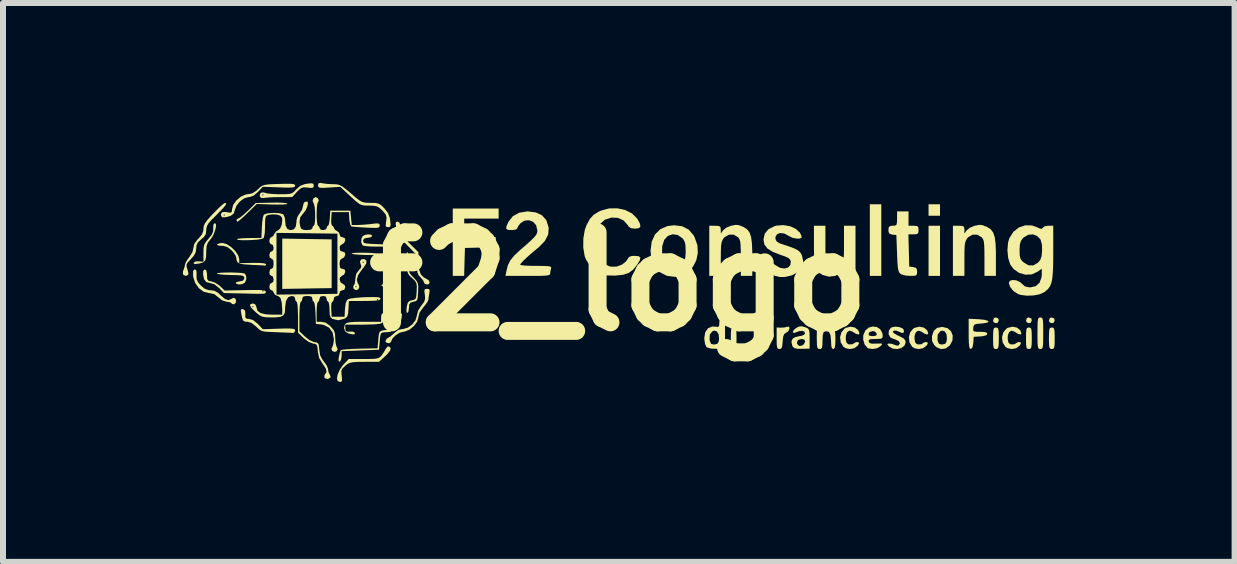
<source format=kicad_pcb>
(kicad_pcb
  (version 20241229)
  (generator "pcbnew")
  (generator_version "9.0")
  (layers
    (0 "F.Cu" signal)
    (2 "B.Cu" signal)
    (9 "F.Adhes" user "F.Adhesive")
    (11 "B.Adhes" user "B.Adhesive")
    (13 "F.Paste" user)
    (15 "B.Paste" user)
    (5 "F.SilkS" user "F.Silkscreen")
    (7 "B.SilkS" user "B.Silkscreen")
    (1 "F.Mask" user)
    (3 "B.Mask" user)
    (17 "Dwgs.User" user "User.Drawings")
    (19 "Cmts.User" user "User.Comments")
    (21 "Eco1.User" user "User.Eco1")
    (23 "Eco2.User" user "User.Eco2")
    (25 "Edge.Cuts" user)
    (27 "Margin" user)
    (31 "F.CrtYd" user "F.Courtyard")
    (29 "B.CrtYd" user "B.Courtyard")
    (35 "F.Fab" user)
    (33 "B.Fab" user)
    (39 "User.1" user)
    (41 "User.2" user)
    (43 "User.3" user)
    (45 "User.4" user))
  (footprint "f2_logo"
    (layer "F.Cu")
    (at 7.271 1.646)
    (property "Reference" "f2_logo" (at 0 0 0) (layer "F.SilkS") (effects (font (size 1.5 1.5) (thickness 0.3))))
    (attr board_only exclude_from_pos_files exclude_from_bom)
    (fp_poly (pts (xy -5.203 -0.711) (xy -4.791 -0.705) (xy -4.791 -0.299) (xy -4.791 0.108) (xy -5.203 0.114) (xy -5.615 0.121) (xy -5.615 -0.299) (xy -5.615 -0.718)) (stroke (width 0) (type solid)) (fill yes) (layer "F.SilkS"))
    (fp_poly (pts (xy 1.952 0.614) (xy 1.959 0.645) (xy 1.942 0.685) (xy 1.912 0.693) (xy 1.872 0.676) (xy 1.864 0.645) (xy 1.881 0.605) (xy 1.912 0.597)) (stroke (width 0) (type solid)) (fill yes) (layer "F.SilkS"))
    (fp_poly (pts (xy 4.373 -0.693) (xy 4.373 -0.096) (xy 4.277 -0.096) (xy 4.182 -0.096) (xy 4.182 -0.693) (xy 4.182 -1.29) (xy 4.277 -1.29) (xy 4.373 -1.29)) (stroke (width 0) (type solid)) (fill yes) (layer "F.SilkS"))
    (fp_poly (pts (xy 5.352 -1.195) (xy 5.352 -1.099) (xy 5.257 -1.099) (xy 5.161 -1.099) (xy 5.161 -1.195) (xy 5.161 -1.29) (xy 5.257 -1.29) (xy 5.352 -1.29)) (stroke (width 0) (type solid)) (fill yes) (layer "F.SilkS"))
    (fp_poly (pts (xy 5.352 -0.514) (xy 5.352 -0.096) (xy 5.257 -0.096) (xy 5.161 -0.096) (xy 5.161 -0.514) (xy 5.161 -0.932) (xy 5.257 -0.932) (xy 5.352 -0.932)) (stroke (width 0) (type solid)) (fill yes) (layer "F.SilkS"))
    (fp_poly (pts (xy 6.324 0.614) (xy 6.332 0.645) (xy 6.315 0.685) (xy 6.284 0.693) (xy 6.244 0.676) (xy 6.237 0.645) (xy 6.253 0.605) (xy 6.284 0.597)) (stroke (width 0) (type solid)) (fill yes) (layer "F.SilkS"))
    (fp_poly (pts (xy 6.874 0.614) (xy 6.882 0.645) (xy 6.865 0.685) (xy 6.834 0.693) (xy 6.794 0.676) (xy 6.786 0.645) (xy 6.803 0.605) (xy 6.834 0.597)) (stroke (width 0) (type solid)) (fill yes) (layer "F.SilkS"))
    (fp_poly (pts (xy 7.256 0.614) (xy 7.264 0.645) (xy 7.247 0.685) (xy 7.216 0.693) (xy 7.176 0.676) (xy 7.168 0.645) (xy 7.185 0.605) (xy 7.216 0.597)) (stroke (width 0) (type solid)) (fill yes) (layer "F.SilkS"))
    (fp_poly (pts (xy -2.007 -1.135) (xy -2.007 -1.051) (xy -2.294 -1.051) (xy -2.581 -1.051) (xy -2.581 -0.896) (xy -2.581 -0.741) (xy -2.318 -0.741) (xy -2.055 -0.741) (xy -2.055 -0.658) (xy -2.055 -0.575) (xy -2.312 -0.568) (xy -2.569 -0.562) (xy -2.576 -0.329) (xy -2.582 -0.096) (xy -2.677 -0.096) (xy -2.772 -0.096) (xy -2.772 -0.657) (xy -2.772 -1.219) (xy -2.389 -1.219) (xy -2.007 -1.219)) (stroke (width 0) (type solid)) (fill yes) (layer "F.SilkS"))
    (fp_poly (pts (xy 1.936 0.769) (xy 1.95 0.788) (xy 1.957 0.832) (xy 1.959 0.912) (xy 1.959 0.944) (xy 1.958 1.035) (xy 1.953 1.089) (xy 1.941 1.115) (xy 1.92 1.123) (xy 1.912 1.123) (xy 1.887 1.119) (xy 1.873 1.1) (xy 1.866 1.055) (xy 1.864 0.976) (xy 1.864 0.944) (xy 1.865 0.852) (xy 1.87 0.798) (xy 1.882 0.773) (xy 1.903 0.765) (xy 1.912 0.765)) (stroke (width 0) (type solid)) (fill yes) (layer "F.SilkS"))
    (fp_poly (pts (xy 6.309 0.769) (xy 6.323 0.788) (xy 6.33 0.832) (xy 6.332 0.912) (xy 6.332 0.944) (xy 6.331 1.035) (xy 6.326 1.089) (xy 6.314 1.115) (xy 6.293 1.123) (xy 6.284 1.123) (xy 6.26 1.119) (xy 6.246 1.1) (xy 6.239 1.055) (xy 6.237 0.976) (xy 6.237 0.944) (xy 6.238 0.852) (xy 6.243 0.798) (xy 6.255 0.773) (xy 6.276 0.765) (xy 6.284 0.765)) (stroke (width 0) (type solid)) (fill yes) (layer "F.SilkS"))
    (fp_poly (pts (xy 6.858 0.769) (xy 6.873 0.788) (xy 6.88 0.832) (xy 6.882 0.912) (xy 6.882 0.944) (xy 6.881 1.035) (xy 6.875 1.089) (xy 6.864 1.115) (xy 6.842 1.123) (xy 6.834 1.123) (xy 6.809 1.119) (xy 6.795 1.1) (xy 6.788 1.055) (xy 6.786 0.976) (xy 6.786 0.944) (xy 6.787 0.852) (xy 6.792 0.798) (xy 6.804 0.773) (xy 6.825 0.765) (xy 6.834 0.765)) (stroke (width 0) (type solid)) (fill yes) (layer "F.SilkS"))
    (fp_poly (pts (xy 7.241 0.769) (xy 7.255 0.788) (xy 7.262 0.832) (xy 7.264 0.912) (xy 7.264 0.944) (xy 7.263 1.035) (xy 7.258 1.089) (xy 7.246 1.115) (xy 7.225 1.123) (xy 7.216 1.123) (xy 7.192 1.119) (xy 7.177 1.1) (xy 7.171 1.055) (xy 7.168 0.976) (xy 7.168 0.944) (xy 7.17 0.852) (xy 7.175 0.798) (xy 7.186 0.773) (xy 7.208 0.765) (xy 7.216 0.765)) (stroke (width 0) (type solid)) (fill yes) (layer "F.SilkS"))
    (fp_poly (pts (xy 2.843 0.78) (xy 2.824 0.824) (xy 2.79 0.849) (xy 2.756 0.872) (xy 2.738 0.913) (xy 2.729 0.986) (xy 2.729 0.998) (xy 2.722 1.072) (xy 2.709 1.11) (xy 2.685 1.123) (xy 2.675 1.123) (xy 2.651 1.119) (xy 2.637 1.098) (xy 2.63 1.053) (xy 2.628 0.972) (xy 2.628 0.943) (xy 2.628 0.764) (xy 2.694 0.767) (xy 2.759 0.764) (xy 2.802 0.753) (xy 2.835 0.75)) (stroke (width 0) (type solid)) (fill yes) (layer "F.SilkS"))
    (fp_poly (pts (xy -5.596 -1.314) (xy -5.541 -1.307) (xy -5.527 -1.3) (xy -5.546 -1.291) (xy -5.607 -1.286) (xy -5.705 -1.285) (xy -5.78 -1.286) (xy -6.04 -1.295) (xy -6.197 -1.141) (xy -6.267 -1.075) (xy -6.324 -1.026) (xy -6.36 -1.001) (xy -6.367 -0.999) (xy -6.379 -1.032) (xy -6.356 -1.051) (xy -6.351 -1.051) (xy -6.321 -1.067) (xy -6.268 -1.109) (xy -6.203 -1.168) (xy -6.189 -1.181) (xy -6.057 -1.311) (xy -5.796 -1.317) (xy -5.684 -1.318)) (stroke (width 0) (type solid)) (fill yes) (layer "F.SilkS"))
    (fp_poly (pts (xy 7.046 0.6) (xy 7.06 0.615) (xy 7.068 0.649) (xy 7.072 0.712) (xy 7.073 0.811) (xy 7.073 0.86) (xy 7.072 0.975) (xy 7.07 1.051) (xy 7.063 1.095) (xy 7.052 1.116) (xy 7.034 1.123) (xy 7.025 1.123) (xy 7.004 1.12) (xy 6.99 1.105) (xy 6.982 1.071) (xy 6.978 1.009) (xy 6.977 0.91) (xy 6.977 0.86) (xy 6.978 0.745) (xy 6.98 0.67) (xy 6.987 0.625) (xy 6.998 0.604) (xy 7.016 0.598) (xy 7.025 0.597)) (stroke (width 0) (type solid)) (fill yes) (layer "F.SilkS"))
    (fp_poly (pts (xy -4.138 -0.784) (xy -4.115 -0.768) (xy -4.116 -0.76) (xy -4.144 -0.739) (xy -4.195 -0.73) (xy -4.247 -0.721) (xy -4.265 -0.691) (xy -4.265 -0.681) (xy -4.262 -0.659) (xy -4.245 -0.644) (xy -4.206 -0.636) (xy -4.137 -0.63) (xy -4.032 -0.626) (xy -3.933 -0.622) (xy -3.855 -0.615) (xy -3.808 -0.607) (xy -3.799 -0.602) (xy -3.821 -0.593) (xy -3.878 -0.587) (xy -3.959 -0.584) (xy -4.05 -0.584) (xy -4.139 -0.586) (xy -4.215 -0.592) (xy -4.265 -0.6) (xy -4.276 -0.606) (xy -4.299 -0.657) (xy -4.294 -0.72) (xy -4.272 -0.76) (xy -4.234 -0.78) (xy -4.183 -0.788)) (stroke (width 0) (type solid)) (fill yes) (layer "F.SilkS"))
    (fp_poly (pts (xy -6.722 -0.965) (xy -6.719 -0.925) (xy -6.731 -0.866) (xy -6.755 -0.799) (xy -6.787 -0.737) (xy -6.813 -0.704) (xy -6.855 -0.651) (xy -6.876 -0.596) (xy -6.882 -0.518) (xy -6.882 -0.501) (xy -6.885 -0.409) (xy -6.9 -0.353) (xy -6.933 -0.322) (xy -6.991 -0.304) (xy -7.01 -0.301) (xy -7.069 -0.293) (xy -7.092 -0.301) (xy -7.091 -0.315) (xy -7.06 -0.337) (xy -7.005 -0.339) (xy -6.929 -0.331) (xy -6.929 -0.476) (xy -6.927 -0.561) (xy -6.914 -0.619) (xy -6.883 -0.67) (xy -6.844 -0.716) (xy -6.79 -0.783) (xy -6.767 -0.838) (xy -6.766 -0.887) (xy -6.763 -0.948) (xy -6.744 -0.974)) (stroke (width 0) (type solid)) (fill yes) (layer "F.SilkS"))
    (fp_poly (pts (xy -6.379 -0.15) (xy -6.303 -0.146) (xy -6.252 -0.138) (xy -6.24 -0.134) (xy -6.217 -0.095) (xy -6.215 -0.039) (xy -6.235 0.012) (xy -6.241 0.019) (xy -6.286 0.042) (xy -6.342 0.047) (xy -6.385 0.032) (xy -6.391 0.025) (xy -6.38 0.009) (xy -6.335 -0.003) (xy -6.327 -0.004) (xy -6.27 -0.017) (xy -6.249 -0.047) (xy -6.248 -0.06) (xy -6.252 -0.082) (xy -6.269 -0.096) (xy -6.307 -0.105) (xy -6.377 -0.109) (xy -6.475 -0.111) (xy -6.573 -0.114) (xy -6.651 -0.121) (xy -6.699 -0.13) (xy -6.708 -0.135) (xy -6.689 -0.143) (xy -6.635 -0.149) (xy -6.557 -0.152) (xy -6.468 -0.153)) (stroke (width 0) (type solid)) (fill yes) (layer "F.SilkS"))
    (fp_poly (pts (xy 3.935 0.766) (xy 3.989 0.81) (xy 3.993 0.817) (xy 4.009 0.865) (xy 3.992 0.882) (xy 3.946 0.867) (xy 3.891 0.832) (xy 3.842 0.817) (xy 3.803 0.843) (xy 3.782 0.9) (xy 3.78 0.954) (xy 3.791 1.014) (xy 3.818 1.041) (xy 3.844 1.047) (xy 3.895 1.043) (xy 3.919 1.027) (xy 3.954 1.007) (xy 3.976 1.007) (xy 4.002 1.017) (xy 3.997 1.04) (xy 3.978 1.069) (xy 3.923 1.11) (xy 3.849 1.124) (xy 3.776 1.109) (xy 3.741 1.086) (xy 3.696 1.012) (xy 3.686 0.927) (xy 3.708 0.845) (xy 3.76 0.783) (xy 3.782 0.77) (xy 3.86 0.751)) (stroke (width 0) (type solid)) (fill yes) (layer "F.SilkS"))
    (fp_poly (pts (xy 5.082 0.766) (xy 5.136 0.81) (xy 5.14 0.817) (xy 5.156 0.865) (xy 5.139 0.882) (xy 5.093 0.867) (xy 5.038 0.832) (xy 4.989 0.817) (xy 4.95 0.843) (xy 4.928 0.9) (xy 4.927 0.954) (xy 4.938 1.014) (xy 4.965 1.041) (xy 4.991 1.047) (xy 5.042 1.043) (xy 5.066 1.027) (xy 5.101 1.007) (xy 5.123 1.007) (xy 5.149 1.017) (xy 5.144 1.04) (xy 5.125 1.069) (xy 5.07 1.11) (xy 4.996 1.124) (xy 4.923 1.109) (xy 4.888 1.086) (xy 4.843 1.012) (xy 4.833 0.927) (xy 4.855 0.845) (xy 4.907 0.783) (xy 4.929 0.77) (xy 5.007 0.751)) (stroke (width 0) (type solid)) (fill yes) (layer "F.SilkS"))
    (fp_poly (pts (xy 6.635 0.766) (xy 6.689 0.81) (xy 6.693 0.817) (xy 6.709 0.865) (xy 6.692 0.882) (xy 6.646 0.867) (xy 6.591 0.832) (xy 6.542 0.817) (xy 6.503 0.843) (xy 6.482 0.9) (xy 6.48 0.954) (xy 6.492 1.014) (xy 6.519 1.041) (xy 6.544 1.047) (xy 6.595 1.043) (xy 6.619 1.027) (xy 6.654 1.007) (xy 6.676 1.007) (xy 6.702 1.017) (xy 6.697 1.04) (xy 6.678 1.069) (xy 6.623 1.11) (xy 6.549 1.124) (xy 6.477 1.109) (xy 6.441 1.086) (xy 6.396 1.012) (xy 6.386 0.927) (xy 6.408 0.845) (xy 6.46 0.783) (xy 6.482 0.77) (xy 6.561 0.751)) (stroke (width 0) (type solid)) (fill yes) (layer "F.SilkS"))
    (fp_poly (pts (xy 2.405 0.626) (xy 2.5 0.635) (xy 2.559 0.65) (xy 2.578 0.667) (xy 2.556 0.683) (xy 2.49 0.695) (xy 2.457 0.698) (xy 2.383 0.704) (xy 2.344 0.716) (xy 2.327 0.741) (xy 2.322 0.771) (xy 2.32 0.809) (xy 2.334 0.829) (xy 2.375 0.836) (xy 2.436 0.836) (xy 2.512 0.84) (xy 2.55 0.854) (xy 2.557 0.871) (xy 2.538 0.895) (xy 2.48 0.909) (xy 2.443 0.913) (xy 2.33 0.92) (xy 2.322 1.021) (xy 2.31 1.094) (xy 2.286 1.122) (xy 2.281 1.123) (xy 2.265 1.114) (xy 2.254 1.083) (xy 2.249 1.023) (xy 2.246 0.925) (xy 2.246 0.871) (xy 2.246 0.619)) (stroke (width 0) (type solid)) (fill yes) (layer "F.SilkS"))
    (fp_poly (pts (xy 5.476 0.775) (xy 5.535 0.826) (xy 5.564 0.899) (xy 5.559 0.982) (xy 5.518 1.06) (xy 5.45 1.113) (xy 5.372 1.125) (xy 5.296 1.095) (xy 5.256 1.057) (xy 5.219 0.989) (xy 5.219 0.964) (xy 5.309 0.964) (xy 5.315 0.995) (xy 5.336 1.038) (xy 5.38 1.048) (xy 5.395 1.047) (xy 5.44 1.035) (xy 5.46 1.001) (xy 5.467 0.954) (xy 5.461 0.879) (xy 5.432 0.83) (xy 5.387 0.816) (xy 5.356 0.828) (xy 5.314 0.882) (xy 5.309 0.964) (xy 5.219 0.964) (xy 5.218 0.911) (xy 5.218 0.91) (xy 5.247 0.821) (xy 5.303 0.771) (xy 5.389 0.755) (xy 5.391 0.755)) (stroke (width 0) (type solid)) (fill yes) (layer "F.SilkS"))
    (fp_poly (pts (xy 5.99 0.626) (xy 6.085 0.635) (xy 6.143 0.65) (xy 6.162 0.667) (xy 6.14 0.683) (xy 6.074 0.695) (xy 6.041 0.698) (xy 5.967 0.704) (xy 5.928 0.716) (xy 5.911 0.741) (xy 5.906 0.771) (xy 5.905 0.809) (xy 5.919 0.829) (xy 5.96 0.836) (xy 6.02 0.836) (xy 6.096 0.84) (xy 6.134 0.854) (xy 6.141 0.871) (xy 6.123 0.895) (xy 6.065 0.909) (xy 6.027 0.913) (xy 5.914 0.92) (xy 5.907 1.021) (xy 5.894 1.094) (xy 5.87 1.122) (xy 5.865 1.123) (xy 5.849 1.114) (xy 5.839 1.083) (xy 5.833 1.023) (xy 5.83 0.925) (xy 5.83 0.871) (xy 5.83 0.619)) (stroke (width 0) (type solid)) (fill yes) (layer "F.SilkS"))
    (fp_poly (pts (xy -3.925 0.545) (xy -3.919 0.592) (xy -3.926 0.645) (xy -3.945 0.686) (xy -3.947 0.688) (xy -3.988 0.703) (xy -4.074 0.712) (xy -4.208 0.716) (xy -4.27 0.717) (xy -4.564 0.717) (xy -4.564 0.778) (xy -4.558 0.82) (xy -4.531 0.834) (xy -4.488 0.832) (xy -4.429 0.835) (xy -4.403 0.854) (xy -4.407 0.877) (xy -4.444 0.879) (xy -4.516 0.863) (xy -4.567 0.828) (xy -4.586 0.771) (xy -4.569 0.712) (xy -4.563 0.704) (xy -4.538 0.688) (xy -4.49 0.677) (xy -4.41 0.671) (xy -4.292 0.669) (xy -4.25 0.669) (xy -3.967 0.669) (xy -3.967 0.597) (xy -3.96 0.547) (xy -3.943 0.526) (xy -3.943 0.526)) (stroke (width 0) (type solid)) (fill yes) (layer "F.SilkS"))
    (fp_poly (pts (xy -6.542 -0.626) (xy -6.466 -0.576) (xy -6.398 -0.509) (xy -6.349 -0.436) (xy -6.332 -0.376) (xy -6.332 -0.308) (xy -6.112 -0.313) (xy -5.989 -0.312) (xy -5.913 -0.305) (xy -5.883 -0.291) (xy -5.883 -0.29) (xy -5.893 -0.268) (xy -5.906 -0.268) (xy -5.943 -0.271) (xy -6.015 -0.275) (xy -6.108 -0.279) (xy -6.14 -0.281) (xy -6.25 -0.288) (xy -6.32 -0.3) (xy -6.36 -0.323) (xy -6.377 -0.359) (xy -6.38 -0.396) (xy -6.396 -0.441) (xy -6.438 -0.499) (xy -6.459 -0.521) (xy -6.527 -0.575) (xy -6.596 -0.596) (xy -6.627 -0.597) (xy -6.684 -0.603) (xy -6.704 -0.617) (xy -6.702 -0.621) (xy -6.67 -0.638) (xy -6.614 -0.645) (xy -6.612 -0.645)) (stroke (width 0) (type solid)) (fill yes) (layer "F.SilkS"))
    (fp_poly (pts (xy -4.223 -0.482) (xy -4.137 -0.479) (xy -4.066 -0.473) (xy -4.021 -0.466) (xy -4.02 -0.465) (xy -3.999 -0.437) (xy -3.99 -0.388) (xy -3.972 -0.321) (xy -3.914 -0.246) (xy -3.899 -0.231) (xy -3.847 -0.184) (xy -3.808 -0.157) (xy -3.795 -0.155) (xy -3.766 -0.157) (xy -3.725 -0.145) (xy -3.692 -0.13) (xy -3.697 -0.123) (xy -3.745 -0.121) (xy -3.753 -0.121) (xy -3.815 -0.128) (xy -3.87 -0.159) (xy -3.924 -0.209) (xy -3.983 -0.284) (xy -4.016 -0.355) (xy -4.019 -0.37) (xy -4.026 -0.442) (xy -4.24 -0.445) (xy -4.336 -0.449) (xy -4.411 -0.456) (xy -4.455 -0.465) (xy -4.461 -0.469) (xy -4.442 -0.476) (xy -4.388 -0.481) (xy -4.311 -0.482)) (stroke (width 0) (type solid)) (fill yes) (layer "F.SilkS"))
    (fp_poly (pts (xy -3.846 0.057) (xy -3.805 0.077) (xy -3.791 0.108) (xy -3.782 0.176) (xy -3.777 0.284) (xy -3.775 0.399) (xy -3.775 0.522) (xy -3.773 0.605) (xy -3.769 0.656) (xy -3.76 0.682) (xy -3.745 0.69) (xy -3.723 0.689) (xy -3.722 0.689) (xy -3.681 0.67) (xy -3.663 0.622) (xy -3.66 0.603) (xy -3.649 0.55) (xy -3.632 0.526) (xy -3.63 0.526) (xy -3.619 0.546) (xy -3.624 0.603) (xy -3.645 0.685) (xy -3.645 0.687) (xy -3.674 0.711) (xy -3.724 0.715) (xy -3.775 0.702) (xy -3.796 0.685) (xy -3.807 0.65) (xy -3.816 0.576) (xy -3.824 0.475) (xy -3.828 0.369) (xy -3.835 0.084) (xy -3.9 0.084) (xy -3.948 0.076) (xy -3.965 0.06) (xy -3.945 0.045) (xy -3.899 0.045)) (stroke (width 0) (type solid)) (fill yes) (layer "F.SilkS"))
    (fp_poly (pts (xy -3.815 0.812) (xy -3.812 0.814) (xy -3.8 0.828) (xy -3.808 0.836) (xy -3.846 0.841) (xy -3.907 0.844) (xy -3.947 0.849) (xy -3.969 0.865) (xy -3.981 0.905) (xy -3.989 0.978) (xy -3.99 0.992) (xy -4.002 1.135) (xy -4.313 1.147) (xy -4.624 1.159) (xy -4.625 1.241) (xy -4.634 1.299) (xy -4.653 1.332) (xy -4.656 1.333) (xy -4.674 1.328) (xy -4.676 1.288) (xy -4.67 1.251) (xy -4.656 1.188) (xy -4.641 1.146) (xy -4.638 1.142) (xy -4.61 1.135) (xy -4.543 1.128) (xy -4.448 1.122) (xy -4.334 1.118) (xy -4.325 1.118) (xy -4.026 1.111) (xy -4.014 0.969) (xy -4.006 0.889) (xy -3.994 0.845) (xy -3.971 0.823) (xy -3.929 0.811) (xy -3.919 0.809) (xy -3.857 0.803)) (stroke (width 0) (type solid)) (fill yes) (layer "F.SilkS"))
    (fp_poly (pts (xy 3.559 0.764) (xy 3.586 0.785) (xy 3.6 0.819) (xy 3.607 0.88) (xy 3.608 0.957) (xy 3.606 1.047) (xy 3.598 1.099) (xy 3.583 1.121) (xy 3.572 1.123) (xy 3.55 1.111) (xy 3.539 1.069) (xy 3.536 0.995) (xy 3.527 0.894) (xy 3.499 0.836) (xy 3.453 0.821) (xy 3.432 0.827) (xy 3.409 0.848) (xy 3.397 0.896) (xy 3.393 0.981) (xy 3.393 0.982) (xy 3.391 1.061) (xy 3.383 1.104) (xy 3.366 1.121) (xy 3.345 1.123) (xy 3.321 1.119) (xy 3.307 1.1) (xy 3.3 1.056) (xy 3.298 0.977) (xy 3.297 0.942) (xy 3.298 0.851) (xy 3.303 0.797) (xy 3.314 0.772) (xy 3.334 0.766) (xy 3.351 0.767) (xy 3.419 0.765) (xy 3.458 0.756) (xy 3.521 0.752)) (stroke (width 0) (type solid)) (fill yes) (layer "F.SilkS"))
    (fp_poly (pts (xy -7.049 -0.19) (xy -7.043 -0.145) (xy -7.044 -0.11) (xy -7.043 -0.044) (xy -7.02 0.01) (xy -6.974 0.063) (xy -6.909 0.118) (xy -6.846 0.141) (xy -6.81 0.143) (xy -6.742 0.153) (xy -6.683 0.189) (xy -6.643 0.227) (xy -6.57 0.289) (xy -6.512 0.309) (xy -6.463 0.288) (xy -6.456 0.282) (xy -6.421 0.269) (xy -6.392 0.29) (xy -6.384 0.331) (xy -6.388 0.345) (xy -6.417 0.379) (xy -6.452 0.372) (xy -6.463 0.358) (xy -6.496 0.341) (xy -6.544 0.335) (xy -6.617 0.312) (xy -6.679 0.263) (xy -6.745 0.21) (xy -6.818 0.192) (xy -6.833 0.191) (xy -6.924 0.169) (xy -7.004 0.11) (xy -7.066 0.024) (xy -7.099 -0.077) (xy -7.101 -0.096) (xy -7.102 -0.165) (xy -7.091 -0.197) (xy -7.073 -0.203)) (stroke (width 0) (type solid)) (fill yes) (layer "F.SilkS"))
    (fp_poly (pts (xy -3.808 1.111) (xy -3.817 1.151) (xy -3.865 1.21) (xy -3.898 1.242) (xy -4.002 1.336) (xy -4.245 1.337) (xy -4.357 1.338) (xy -4.433 1.343) (xy -4.484 1.353) (xy -4.523 1.37) (xy -4.56 1.398) (xy -4.564 1.402) (xy -4.611 1.447) (xy -4.63 1.488) (xy -4.627 1.547) (xy -4.624 1.569) (xy -4.618 1.636) (xy -4.626 1.667) (xy -4.642 1.673) (xy -4.683 1.662) (xy -4.692 1.656) (xy -4.703 1.614) (xy -4.691 1.548) (xy -4.658 1.472) (xy -4.61 1.4) (xy -4.592 1.38) (xy -4.506 1.29) (xy -4.258 1.29) (xy -4.145 1.289) (xy -4.07 1.286) (xy -4.021 1.277) (xy -3.99 1.262) (xy -3.965 1.238) (xy -3.964 1.237) (xy -3.921 1.177) (xy -3.895 1.129) (xy -3.863 1.084) (xy -3.83 1.081)) (stroke (width 0) (type solid)) (fill yes) (layer "F.SilkS"))
    (fp_poly (pts (xy -3.688 -0.999) (xy -3.659 -0.983) (xy -3.649 -0.942) (xy -3.651 -0.895) (xy -3.652 -0.848) (xy -3.642 -0.808) (xy -3.615 -0.766) (xy -3.565 -0.71) (xy -3.501 -0.646) (xy -3.345 -0.491) (xy -3.345 -0.335) (xy -3.336 -0.21) (xy -3.306 -0.123) (xy -3.252 -0.067) (xy -3.211 -0.047) (xy -3.168 -0.017) (xy -3.156 0.018) (xy -3.176 0.043) (xy -3.202 0.048) (xy -3.241 0.035) (xy -3.25 0.016) (xy -3.266 -0.021) (xy -3.305 -0.068) (xy -3.309 -0.072) (xy -3.343 -0.109) (xy -3.361 -0.153) (xy -3.368 -0.218) (xy -3.369 -0.284) (xy -3.369 -0.441) (xy -3.534 -0.609) (xy -3.612 -0.691) (xy -3.663 -0.752) (xy -3.693 -0.803) (xy -3.709 -0.856) (xy -3.715 -0.892) (xy -3.723 -0.961) (xy -3.719 -0.994) (xy -3.701 -1.001)) (stroke (width 0) (type solid)) (fill yes) (layer "F.SilkS"))
    (fp_poly (pts (xy 4.669 0.756) (xy 4.725 0.778) (xy 4.748 0.804) (xy 4.75 0.846) (xy 4.721 0.857) (xy 4.683 0.841) (xy 4.626 0.817) (xy 4.582 0.816) (xy 4.564 0.837) (xy 4.584 0.86) (xy 4.635 0.891) (xy 4.671 0.908) (xy 4.739 0.942) (xy 4.771 0.975) (xy 4.779 1.014) (xy 4.758 1.069) (xy 4.706 1.107) (xy 4.637 1.124) (xy 4.564 1.117) (xy 4.503 1.083) (xy 4.502 1.081) (xy 4.474 1.05) (xy 4.482 1.036) (xy 4.499 1.032) (xy 4.55 1.037) (xy 4.587 1.051) (xy 4.635 1.066) (xy 4.66 1.063) (xy 4.684 1.03) (xy 4.667 0.994) (xy 4.618 0.968) (xy 4.558 0.947) (xy 4.522 0.927) (xy 4.495 0.878) (xy 4.499 0.817) (xy 4.532 0.77) (xy 4.541 0.764) (xy 4.601 0.75)) (stroke (width 0) (type solid)) (fill yes) (layer "F.SilkS"))
    (fp_poly (pts (xy -6.269 0.459) (xy -6.238 0.478) (xy -6.23 0.525) (xy -6.231 0.545) (xy -6.23 0.597) (xy -6.21 0.618) (xy -6.17 0.621) (xy -6.099 0.642) (xy -6.021 0.706) (xy -6.02 0.707) (xy -5.938 0.793) (xy -5.669 0.784) (xy -5.552 0.781) (xy -5.475 0.782) (xy -5.429 0.787) (xy -5.407 0.797) (xy -5.4 0.813) (xy -5.4 0.818) (xy -5.418 0.852) (xy -5.442 0.855) (xy -5.483 0.852) (xy -5.559 0.849) (xy -5.658 0.845) (xy -5.725 0.842) (xy -5.834 0.838) (xy -5.908 0.833) (xy -5.957 0.822) (xy -5.993 0.802) (xy -6.027 0.771) (xy -6.046 0.752) (xy -6.127 0.688) (xy -6.192 0.669) (xy -6.239 0.666) (xy -6.267 0.648) (xy -6.284 0.604) (xy -6.297 0.541) (xy -6.306 0.482) (xy -6.299 0.459) (xy -6.272 0.458)) (stroke (width 0) (type solid)) (fill yes) (layer "F.SilkS"))
    (fp_poly (pts (xy -4.243 -0.374) (xy -4.211 -0.348) (xy -4.214 -0.305) (xy -4.254 -0.241) (xy -4.289 -0.198) (xy -4.35 -0.109) (xy -4.372 -0.03) (xy -4.354 0.031) (xy -4.346 0.041) (xy -4.33 0.083) (xy -4.344 0.125) (xy -4.381 0.143) (xy -4.419 0.124) (xy -4.429 0.108) (xy -4.429 0.084) (xy -4.397 0.084) (xy -4.385 0.096) (xy -4.373 0.084) (xy -4.385 0.072) (xy -4.397 0.084) (xy -4.429 0.084) (xy -4.429 0.07) (xy -4.419 0.059) (xy -4.405 0.028) (xy -4.397 -0.031) (xy -4.397 -0.045) (xy -4.382 -0.131) (xy -4.338 -0.19) (xy -4.301 -0.233) (xy -4.297 -0.267) (xy -4.308 -0.289) (xy -4.316 -0.323) (xy -4.277 -0.323) (xy -4.265 -0.311) (xy -4.253 -0.323) (xy -4.265 -0.335) (xy -4.277 -0.323) (xy -4.316 -0.323) (xy -4.319 -0.338) (xy -4.296 -0.372) (xy -4.25 -0.377)) (stroke (width 0) (type solid)) (fill yes) (layer "F.SilkS"))
    (fp_poly (pts (xy 1.741 0.6) (xy 1.755 0.615) (xy 1.763 0.65) (xy 1.767 0.713) (xy 1.768 0.812) (xy 1.768 0.858) (xy 1.768 1.118) (xy 1.627 1.12) (xy 1.534 1.116) (xy 1.477 1.101) (xy 1.454 1.083) (xy 1.434 1.036) (xy 1.423 0.964) (xy 1.423 0.964) (xy 1.51 0.964) (xy 1.516 0.995) (xy 1.537 1.038) (xy 1.58 1.048) (xy 1.596 1.047) (xy 1.64 1.035) (xy 1.661 1.001) (xy 1.668 0.954) (xy 1.661 0.879) (xy 1.632 0.83) (xy 1.588 0.816) (xy 1.557 0.828) (xy 1.514 0.882) (xy 1.51 0.964) (xy 1.423 0.964) (xy 1.422 0.938) (xy 1.438 0.843) (xy 1.484 0.777) (xy 1.554 0.748) (xy 1.606 0.75) (xy 1.651 0.755) (xy 1.669 0.737) (xy 1.673 0.684) (xy 1.673 0.68) (xy 1.678 0.623) (xy 1.699 0.6) (xy 1.72 0.597)) (stroke (width 0) (type solid)) (fill yes) (layer "F.SilkS"))
    (fp_poly (pts (xy 3.441 -0.625) (xy 3.442 -0.496) (xy 3.445 -0.406) (xy 3.451 -0.346) (xy 3.462 -0.308) (xy 3.479 -0.284) (xy 3.485 -0.278) (xy 3.555 -0.244) (xy 3.634 -0.247) (xy 3.704 -0.287) (xy 3.724 -0.311) (xy 3.737 -0.344) (xy 3.746 -0.394) (xy 3.75 -0.47) (xy 3.751 -0.581) (xy 3.751 -0.633) (xy 3.751 -0.932) (xy 3.847 -0.932) (xy 3.943 -0.932) (xy 3.943 -0.514) (xy 3.943 -0.096) (xy 3.847 -0.096) (xy 3.785 -0.099) (xy 3.757 -0.115) (xy 3.751 -0.148) (xy 3.751 -0.199) (xy 3.698 -0.149) (xy 3.608 -0.097) (xy 3.503 -0.083) (xy 3.399 -0.11) (xy 3.393 -0.113) (xy 3.341 -0.144) (xy 3.303 -0.182) (xy 3.277 -0.235) (xy 3.261 -0.309) (xy 3.253 -0.413) (xy 3.25 -0.555) (xy 3.25 -0.603) (xy 3.25 -0.932) (xy 3.345 -0.932) (xy 3.441 -0.932)) (stroke (width 0) (type solid)) (fill yes) (layer "F.SilkS"))
    (fp_poly (pts (xy 3.117 0.764) (xy 3.149 0.78) (xy 3.167 0.804) (xy 3.176 0.849) (xy 3.178 0.927) (xy 3.178 0.952) (xy 3.178 1.117) (xy 3.047 1.12) (xy 2.968 1.119) (xy 2.922 1.107) (xy 2.895 1.082) (xy 2.891 1.074) (xy 2.876 1.015) (xy 2.876 1.009) (xy 2.966 1.009) (xy 2.972 1.041) (xy 3.004 1.072) (xy 3.051 1.066) (xy 3.078 1.047) (xy 3.105 1) (xy 3.091 0.967) (xy 3.048 0.956) (xy 2.988 0.97) (xy 2.966 1.009) (xy 2.876 1.009) (xy 2.88 0.979) (xy 2.899 0.947) (xy 2.939 0.925) (xy 3.011 0.908) (xy 3.045 0.903) (xy 3.088 0.884) (xy 3.1 0.866) (xy 3.093 0.834) (xy 3.055 0.82) (xy 3.001 0.826) (xy 2.973 0.837) (xy 2.919 0.856) (xy 2.896 0.844) (xy 2.911 0.81) (xy 2.936 0.786) (xy 2.993 0.75) (xy 3.049 0.744)) (stroke (width 0) (type solid)) (fill yes) (layer "F.SilkS"))
    (fp_poly (pts (xy -6.881 -0.187) (xy -6.87 -0.135) (xy -6.87 -0.108) (xy -6.866 -0.046) (xy -6.85 -0.017) (xy -6.809 -0.005) (xy -6.798 -0.004) (xy -6.735 0.017) (xy -6.667 0.061) (xy -6.651 0.076) (xy -6.576 0.148) (xy -6.233 0.141) (xy -6.096 0.139) (xy -6 0.139) (xy -5.938 0.143) (xy -5.904 0.151) (xy -5.891 0.163) (xy -5.89 0.168) (xy -5.89 0.182) (xy -5.896 0.193) (xy -5.913 0.199) (xy -5.949 0.202) (xy -6.01 0.203) (xy -6.105 0.201) (xy -6.238 0.198) (xy -6.274 0.197) (xy -6.587 0.19) (xy -6.62 0.155) (xy -5.95 0.155) (xy -5.938 0.167) (xy -5.926 0.155) (xy -5.938 0.143) (xy -5.95 0.155) (xy -6.62 0.155) (xy -6.667 0.107) (xy -6.746 0.044) (xy -6.812 0.024) (xy -6.878 0.009) (xy -6.918 -0.039) (xy -6.935 -0.121) (xy -6.933 -0.18) (xy -6.913 -0.202) (xy -6.906 -0.203)) (stroke (width 0) (type solid)) (fill yes) (layer "F.SilkS"))
    (fp_poly (pts (xy -5.1 -1.634) (xy -5.09 -1.613) (xy -5.09 -1.601) (xy -5.095 -1.572) (xy -5.121 -1.562) (xy -5.178 -1.566) (xy -5.191 -1.568) (xy -5.256 -1.573) (xy -5.301 -1.561) (xy -5.345 -1.523) (xy -5.371 -1.496) (xy -5.449 -1.41) (xy -5.658 -1.409) (xy -5.759 -1.408) (xy -5.848 -1.403) (xy -5.908 -1.397) (xy -5.92 -1.395) (xy -5.969 -1.396) (xy -5.989 -1.421) (xy -5.988 -1.446) (xy -5.95 -1.446) (xy -5.938 -1.434) (xy -5.926 -1.446) (xy -5.938 -1.458) (xy -5.95 -1.446) (xy -5.988 -1.446) (xy -5.987 -1.465) (xy -5.954 -1.489) (xy -5.904 -1.483) (xy -5.899 -1.48) (xy -5.857 -1.47) (xy -5.781 -1.462) (xy -5.686 -1.458) (xy -5.655 -1.458) (xy -5.556 -1.458) (xy -5.492 -1.463) (xy -5.45 -1.476) (xy -5.417 -1.5) (xy -5.383 -1.537) (xy -5.317 -1.596) (xy -5.24 -1.626) (xy -5.201 -1.633) (xy -5.133 -1.64)) (stroke (width 0) (type solid)) (fill yes) (layer "F.SilkS"))
    (fp_poly (pts (xy 1.999 -0.942) (xy 2.077 -0.911) (xy 2.135 -0.873) (xy 2.176 -0.82) (xy 2.202 -0.744) (xy 2.216 -0.639) (xy 2.222 -0.498) (xy 2.222 -0.409) (xy 2.222 -0.096) (xy 2.127 -0.096) (xy 2.031 -0.096) (xy 2.031 -0.394) (xy 2.03 -0.521) (xy 2.027 -0.609) (xy 2.021 -0.667) (xy 2.009 -0.705) (xy 1.992 -0.732) (xy 1.983 -0.741) (xy 1.912 -0.783) (xy 1.833 -0.783) (xy 1.762 -0.743) (xy 1.746 -0.726) (xy 1.725 -0.693) (xy 1.71 -0.654) (xy 1.702 -0.599) (xy 1.698 -0.517) (xy 1.697 -0.399) (xy 1.697 -0.379) (xy 1.697 -0.096) (xy 1.601 -0.096) (xy 1.505 -0.096) (xy 1.505 -0.514) (xy 1.505 -0.932) (xy 1.601 -0.932) (xy 1.662 -0.929) (xy 1.69 -0.914) (xy 1.696 -0.877) (xy 1.697 -0.867) (xy 1.697 -0.802) (xy 1.733 -0.854) (xy 1.786 -0.898) (xy 1.864 -0.931) (xy 1.945 -0.947)) (stroke (width 0) (type solid)) (fill yes) (layer "F.SilkS"))
    (fp_poly (pts (xy 4.297 0.756) (xy 4.355 0.793) (xy 4.39 0.857) (xy 4.397 0.906) (xy 4.391 0.936) (xy 4.366 0.951) (xy 4.309 0.955) (xy 4.275 0.956) (xy 4.204 0.958) (xy 4.169 0.968) (xy 4.161 0.989) (xy 4.163 0.998) (xy 4.177 1.023) (xy 4.214 1.034) (xy 4.287 1.033) (xy 4.288 1.033) (xy 4.356 1.031) (xy 4.385 1.035) (xy 4.382 1.051) (xy 4.361 1.075) (xy 4.304 1.11) (xy 4.228 1.123) (xy 4.159 1.113) (xy 4.143 1.105) (xy 4.095 1.047) (xy 4.071 0.965) (xy 4.073 0.893) (xy 4.084 0.866) (xy 4.162 0.866) (xy 4.167 0.896) (xy 4.205 0.907) (xy 4.229 0.908) (xy 4.282 0.902) (xy 4.298 0.88) (xy 4.296 0.866) (xy 4.268 0.832) (xy 4.229 0.824) (xy 4.178 0.84) (xy 4.162 0.866) (xy 4.084 0.866) (xy 4.106 0.816) (xy 4.161 0.767) (xy 4.229 0.748)) (stroke (width 0) (type solid)) (fill yes) (layer "F.SilkS"))
    (fp_poly (pts (xy 6.061 -0.942) (xy 6.139 -0.911) (xy 6.198 -0.873) (xy 6.238 -0.82) (xy 6.264 -0.744) (xy 6.278 -0.639) (xy 6.284 -0.498) (xy 6.284 -0.409) (xy 6.284 -0.096) (xy 6.189 -0.096) (xy 6.093 -0.096) (xy 6.093 -0.394) (xy 6.092 -0.521) (xy 6.089 -0.609) (xy 6.083 -0.667) (xy 6.071 -0.705) (xy 6.054 -0.732) (xy 6.045 -0.741) (xy 5.974 -0.783) (xy 5.895 -0.783) (xy 5.824 -0.743) (xy 5.808 -0.726) (xy 5.787 -0.693) (xy 5.772 -0.654) (xy 5.764 -0.599) (xy 5.76 -0.517) (xy 5.759 -0.399) (xy 5.759 -0.379) (xy 5.759 -0.096) (xy 5.663 -0.096) (xy 5.567 -0.096) (xy 5.567 -0.514) (xy 5.567 -0.932) (xy 5.663 -0.932) (xy 5.724 -0.929) (xy 5.752 -0.914) (xy 5.759 -0.877) (xy 5.759 -0.867) (xy 5.759 -0.802) (xy 5.795 -0.854) (xy 5.848 -0.898) (xy 5.926 -0.931) (xy 6.007 -0.947)) (stroke (width 0) (type solid)) (fill yes) (layer "F.SilkS"))
    (fp_poly (pts (xy 4.827 -1.051) (xy 4.827 -0.932) (xy 4.91 -0.932) (xy 4.967 -0.928) (xy 4.99 -0.908) (xy 4.994 -0.86) (xy 4.989 -0.812) (xy 4.966 -0.792) (xy 4.91 -0.789) (xy 4.825 -0.789) (xy 4.832 -0.52) (xy 4.839 -0.251) (xy 4.904 -0.243) (xy 4.952 -0.23) (xy 4.969 -0.193) (xy 4.97 -0.166) (xy 4.967 -0.124) (xy 4.95 -0.103) (xy 4.906 -0.096) (xy 4.855 -0.096) (xy 4.776 -0.102) (xy 4.712 -0.12) (xy 4.694 -0.129) (xy 4.674 -0.149) (xy 4.66 -0.18) (xy 4.65 -0.23) (xy 4.643 -0.309) (xy 4.637 -0.425) (xy 4.636 -0.47) (xy 4.624 -0.777) (xy 4.558 -0.784) (xy 4.51 -0.798) (xy 4.493 -0.834) (xy 4.492 -0.862) (xy 4.498 -0.911) (xy 4.527 -0.93) (xy 4.564 -0.932) (xy 4.606 -0.935) (xy 4.627 -0.951) (xy 4.635 -0.992) (xy 4.636 -1.051) (xy 4.636 -1.171) (xy 4.731 -1.171) (xy 4.827 -1.171)) (stroke (width 0) (type solid)) (fill yes) (layer "F.SilkS"))
    (fp_poly (pts (xy -3.166 0.125) (xy -3.157 0.153) (xy -3.163 0.194) (xy -3.174 0.257) (xy -3.178 0.302) (xy -3.193 0.337) (xy -3.232 0.391) (xy -3.262 0.427) (xy -3.324 0.512) (xy -3.345 0.588) (xy -3.345 0.594) (xy -3.366 0.667) (xy -3.419 0.739) (xy -3.492 0.799) (xy -3.57 0.832) (xy -3.598 0.836) (xy -3.659 0.852) (xy -3.723 0.893) (xy -3.775 0.944) (xy -3.799 0.994) (xy -3.799 0.999) (xy -3.819 1.022) (xy -3.847 1.027) (xy -3.886 1.012) (xy -3.895 0.991) (xy -3.875 0.953) (xy -3.853 0.939) (xy -3.81 0.913) (xy -3.756 0.866) (xy -3.747 0.857) (xy -3.676 0.803) (xy -3.602 0.789) (xy -3.522 0.768) (xy -3.447 0.714) (xy -3.392 0.641) (xy -3.369 0.562) (xy -3.369 0.56) (xy -3.35 0.485) (xy -3.297 0.401) (xy -3.295 0.399) (xy -3.25 0.338) (xy -3.233 0.288) (xy -3.236 0.228) (xy -3.238 0.215) (xy -3.246 0.154) (xy -3.238 0.127) (xy -3.209 0.12) (xy -3.201 0.119)) (stroke (width 0) (type solid)) (fill yes) (layer "F.SilkS"))
    (fp_poly (pts (xy 1.052 -0.924) (xy 1.16 -0.869) (xy 1.242 -0.775) (xy 1.26 -0.741) (xy 1.307 -0.608) (xy 1.314 -0.477) (xy 1.288 -0.355) (xy 1.233 -0.248) (xy 1.152 -0.162) (xy 1.052 -0.104) (xy 0.937 -0.08) (xy 0.811 -0.095) (xy 0.781 -0.105) (xy 0.666 -0.165) (xy 0.587 -0.249) (xy 0.541 -0.362) (xy 0.529 -0.483) (xy 0.718 -0.483) (xy 0.741 -0.378) (xy 0.786 -0.293) (xy 0.823 -0.257) (xy 0.888 -0.238) (xy 0.967 -0.249) (xy 1.038 -0.286) (xy 1.053 -0.301) (xy 1.086 -0.344) (xy 1.104 -0.395) (xy 1.111 -0.47) (xy 1.111 -0.514) (xy 1.108 -0.604) (xy 1.096 -0.663) (xy 1.07 -0.708) (xy 1.053 -0.727) (xy 0.977 -0.779) (xy 0.894 -0.79) (xy 0.815 -0.763) (xy 0.755 -0.698) (xy 0.752 -0.691) (xy 0.721 -0.593) (xy 0.718 -0.483) (xy 0.529 -0.483) (xy 0.526 -0.51) (xy 0.526 -0.519) (xy 0.545 -0.667) (xy 0.6 -0.787) (xy 0.688 -0.874) (xy 0.806 -0.926) (xy 0.917 -0.94)) (stroke (width 0) (type solid)) (fill yes) (layer "F.SilkS"))
    (fp_poly (pts (xy -3.527 -0.495) (xy -3.516 -0.469) (xy -3.51 -0.408) (xy -3.51 -0.326) (xy -3.51 -0.324) (xy -3.512 -0.236) (xy -3.506 -0.179) (xy -3.487 -0.137) (xy -3.449 -0.092) (xy -3.429 -0.072) (xy -3.382 -0.021) (xy -3.357 0.021) (xy -3.348 0.073) (xy -3.349 0.151) (xy -3.35 0.169) (xy -3.355 0.252) (xy -3.364 0.299) (xy -3.383 0.322) (xy -3.416 0.332) (xy -3.429 0.335) (xy -3.479 0.351) (xy -3.499 0.385) (xy -3.502 0.424) (xy -3.509 0.492) (xy -3.525 0.52) (xy -3.541 0.514) (xy -3.545 0.484) (xy -3.54 0.427) (xy -3.538 0.412) (xy -3.522 0.351) (xy -3.493 0.322) (xy -3.452 0.311) (xy -3.413 0.301) (xy -3.39 0.281) (xy -3.38 0.239) (xy -3.374 0.163) (xy -3.374 0.156) (xy -3.371 0.075) (xy -3.379 0.024) (xy -3.403 -0.015) (xy -3.449 -0.058) (xy -3.45 -0.059) (xy -3.492 -0.098) (xy -3.518 -0.135) (xy -3.531 -0.183) (xy -3.538 -0.257) (xy -3.541 -0.317) (xy -3.543 -0.409) (xy -3.538 -0.471) (xy -3.528 -0.495)) (stroke (width 0) (type solid)) (fill yes) (layer "F.SilkS"))
    (fp_poly (pts (xy -6.549 -1.309) (xy -6.557 -1.28) (xy -6.602 -1.224) (xy -6.684 -1.14) (xy -6.714 -1.109) (xy -6.793 -1.031) (xy -6.843 -0.975) (xy -6.869 -0.931) (xy -6.88 -0.89) (xy -6.882 -0.859) (xy -6.889 -0.794) (xy -6.92 -0.746) (xy -6.965 -0.707) (xy -7.021 -0.656) (xy -7.045 -0.605) (xy -7.049 -0.555) (xy -7.058 -0.49) (xy -7.091 -0.43) (xy -7.138 -0.377) (xy -7.189 -0.322) (xy -7.211 -0.284) (xy -7.21 -0.247) (xy -7.198 -0.211) (xy -7.182 -0.154) (xy -7.182 -0.117) (xy -7.183 -0.116) (xy -7.217 -0.096) (xy -7.257 -0.108) (xy -7.271 -0.128) (xy -7.27 -0.174) (xy -7.262 -0.193) (xy -7.243 -0.246) (xy -7.239 -0.275) (xy -7.224 -0.322) (xy -7.186 -0.382) (xy -7.167 -0.405) (xy -7.112 -0.493) (xy -7.097 -0.562) (xy -7.081 -0.63) (xy -7.03 -0.7) (xy -7.013 -0.717) (xy -6.956 -0.783) (xy -6.932 -0.845) (xy -6.929 -0.881) (xy -6.924 -0.926) (xy -6.905 -0.971) (xy -6.865 -1.026) (xy -6.798 -1.101) (xy -6.768 -1.133) (xy -6.696 -1.206) (xy -6.634 -1.265) (xy -6.59 -1.302) (xy -6.577 -1.31)) (stroke (width 0) (type solid)) (fill yes) (layer "F.SilkS"))
    (fp_poly (pts (xy -4.943 -1.64) (xy -4.871 -1.63) (xy -4.783 -1.625) (xy -4.758 -1.625) (xy -4.704 -1.622) (xy -4.658 -1.611) (xy -4.609 -1.584) (xy -4.547 -1.536) (xy -4.468 -1.47) (xy -4.386 -1.399) (xy -4.327 -1.354) (xy -4.28 -1.328) (xy -4.233 -1.317) (xy -4.175 -1.314) (xy -4.145 -1.314) (xy -4.061 -1.312) (xy -4.007 -1.3) (xy -3.962 -1.272) (xy -3.915 -1.225) (xy -3.852 -1.145) (xy -3.821 -1.06) (xy -3.815 -1.021) (xy -3.808 -0.953) (xy -3.813 -0.92) (xy -3.834 -0.909) (xy -3.85 -0.908) (xy -3.88 -0.913) (xy -3.89 -0.936) (xy -3.885 -0.991) (xy -3.882 -1.006) (xy -3.876 -1.07) (xy -3.888 -1.116) (xy -3.926 -1.165) (xy -3.945 -1.185) (xy -3.994 -1.231) (xy -4.039 -1.256) (xy -4.099 -1.266) (xy -4.168 -1.268) (xy -4.236 -1.269) (xy -4.286 -1.277) (xy -4.33 -1.296) (xy -4.38 -1.334) (xy -4.449 -1.396) (xy -4.48 -1.425) (xy -4.648 -1.581) (xy -4.833 -1.569) (xy -4.926 -1.564) (xy -4.981 -1.565) (xy -5.008 -1.574) (xy -5.017 -1.592) (xy -5.018 -1.606) (xy -5.011 -1.639) (xy -4.982 -1.646)) (stroke (width 0) (type solid)) (fill yes) (layer "F.SilkS"))
    (fp_poly (pts (xy -5.473 -1.631) (xy -5.427 -1.626) (xy -5.406 -1.616) (xy -5.4 -1.6) (xy -5.406 -1.583) (xy -5.428 -1.573) (xy -5.474 -1.569) (xy -5.553 -1.568) (xy -5.669 -1.572) (xy -5.938 -1.582) (xy -6.02 -1.496) (xy -6.09 -1.435) (xy -6.155 -1.411) (xy -6.177 -1.41) (xy -6.25 -1.389) (xy -6.322 -1.336) (xy -6.379 -1.265) (xy -6.408 -1.188) (xy -6.408 -1.186) (xy -6.424 -1.136) (xy -6.466 -1.103) (xy -6.503 -1.088) (xy -6.567 -1.073) (xy -6.614 -1.074) (xy -6.62 -1.076) (xy -6.638 -1.111) (xy -6.638 -1.111) (xy -6.595 -1.111) (xy -6.583 -1.099) (xy -6.571 -1.111) (xy -6.583 -1.123) (xy -6.595 -1.111) (xy -6.638 -1.111) (xy -6.635 -1.134) (xy -6.613 -1.159) (xy -6.567 -1.162) (xy -6.535 -1.157) (xy -6.48 -1.15) (xy -6.457 -1.162) (xy -6.452 -1.202) (xy -6.452 -1.211) (xy -6.431 -1.284) (xy -6.377 -1.357) (xy -6.304 -1.417) (xy -6.225 -1.453) (xy -6.189 -1.458) (xy -6.118 -1.471) (xy -6.048 -1.515) (xy -6.022 -1.539) (xy -5.984 -1.574) (xy -5.951 -1.598) (xy -5.91 -1.612) (xy -5.852 -1.621) (xy -5.766 -1.626) (xy -5.669 -1.629) (xy -5.551 -1.632)) (stroke (width 0) (type solid)) (fill yes) (layer "F.SilkS"))
    (fp_poly (pts (xy 0.102 -1.195) (xy 0.215 -1.138) (xy 0.299 -1.057) (xy 0.308 -1.043) (xy 0.35 -0.965) (xy 0.356 -0.916) (xy 0.327 -0.891) (xy 0.267 -0.884) (xy 0.2 -0.891) (xy 0.16 -0.919) (xy 0.142 -0.946) (xy 0.077 -1.02) (xy -0.016 -1.063) (xy -0.125 -1.068) (xy -0.125 -1.068) (xy -0.235 -1.033) (xy -0.316 -0.961) (xy -0.367 -0.851) (xy -0.389 -0.703) (xy -0.39 -0.657) (xy -0.377 -0.504) (xy -0.336 -0.389) (xy -0.267 -0.308) (xy -0.166 -0.258) (xy -0.127 -0.249) (xy -0.041 -0.251) (xy 0.046 -0.282) (xy 0.115 -0.335) (xy 0.14 -0.372) (xy 0.167 -0.411) (xy 0.212 -0.428) (xy 0.262 -0.43) (xy 0.328 -0.424) (xy 0.356 -0.401) (xy 0.346 -0.355) (xy 0.305 -0.286) (xy 0.236 -0.2) (xy 0.163 -0.146) (xy 0.072 -0.115) (xy -0.051 -0.102) (xy -0.067 -0.101) (xy -0.196 -0.103) (xy -0.293 -0.117) (xy -0.323 -0.128) (xy -0.41 -0.186) (xy -0.491 -0.273) (xy -0.552 -0.372) (xy -0.572 -0.423) (xy -0.596 -0.567) (xy -0.595 -0.72) (xy -0.57 -0.864) (xy -0.541 -0.944) (xy -0.486 -1.045) (xy -0.425 -1.113) (xy -0.343 -1.165) (xy -0.298 -1.185) (xy -0.166 -1.221) (xy -0.029 -1.223)) (stroke (width 0) (type solid)) (fill yes) (layer "F.SilkS"))
    (fp_poly (pts (xy 2.852 -0.924) (xy 2.948 -0.88) (xy 3.016 -0.817) (xy 3.042 -0.763) (xy 3.043 -0.732) (xy 3.015 -0.719) (xy 2.97 -0.717) (xy 2.889 -0.732) (xy 2.826 -0.765) (xy 2.755 -0.803) (xy 2.687 -0.811) (xy 2.635 -0.791) (xy 2.608 -0.745) (xy 2.608 -0.714) (xy 2.628 -0.67) (xy 2.68 -0.638) (xy 2.712 -0.627) (xy 2.837 -0.586) (xy 2.924 -0.553) (xy 2.982 -0.523) (xy 3.019 -0.491) (xy 3.043 -0.452) (xy 3.05 -0.437) (xy 3.073 -0.331) (xy 3.052 -0.238) (xy 2.989 -0.162) (xy 2.886 -0.107) (xy 2.855 -0.098) (xy 2.758 -0.077) (xy 2.68 -0.077) (xy 2.594 -0.099) (xy 2.574 -0.106) (xy 2.487 -0.144) (xy 2.433 -0.187) (xy 2.398 -0.249) (xy 2.393 -0.264) (xy 2.379 -0.311) (xy 2.39 -0.33) (xy 2.437 -0.334) (xy 2.453 -0.335) (xy 2.553 -0.311) (xy 2.609 -0.275) (xy 2.683 -0.231) (xy 2.756 -0.219) (xy 2.818 -0.235) (xy 2.857 -0.277) (xy 2.864 -0.336) (xy 2.852 -0.369) (xy 2.822 -0.396) (xy 2.764 -0.422) (xy 2.688 -0.448) (xy 2.56 -0.498) (xy 2.474 -0.553) (xy 2.425 -0.618) (xy 2.409 -0.697) (xy 2.409 -0.705) (xy 2.43 -0.8) (xy 2.493 -0.875) (xy 2.593 -0.925) (xy 2.625 -0.934) (xy 2.741 -0.943)) (stroke (width 0) (type solid)) (fill yes) (layer "F.SilkS"))
    (fp_poly (pts (xy -1.387 -1.154) (xy -1.284 -1.106) (xy -1.215 -1.029) (xy -1.209 -1.016) (xy -1.172 -0.897) (xy -1.181 -0.785) (xy -1.237 -0.677) (xy -1.339 -0.572) (xy -1.356 -0.559) (xy -1.45 -0.481) (xy -1.533 -0.408) (xy -1.599 -0.345) (xy -1.639 -0.3) (xy -1.649 -0.282) (xy -1.626 -0.274) (xy -1.566 -0.268) (xy -1.477 -0.264) (xy -1.383 -0.263) (xy -1.267 -0.262) (xy -1.192 -0.259) (xy -1.149 -0.253) (xy -1.131 -0.242) (xy -1.132 -0.225) (xy -1.132 -0.225) (xy -1.145 -0.168) (xy -1.147 -0.141) (xy -1.15 -0.124) (xy -1.162 -0.112) (xy -1.192 -0.104) (xy -1.246 -0.099) (xy -1.33 -0.096) (xy -1.452 -0.096) (xy -1.52 -0.096) (xy -1.893 -0.096) (xy -1.876 -0.184) (xy -1.852 -0.276) (xy -1.812 -0.355) (xy -1.749 -0.433) (xy -1.653 -0.523) (xy -1.646 -0.53) (xy -1.538 -0.623) (xy -1.462 -0.692) (xy -1.412 -0.743) (xy -1.382 -0.78) (xy -1.367 -0.812) (xy -1.362 -0.843) (xy -1.362 -0.858) (xy -1.382 -0.94) (xy -1.432 -0.997) (xy -1.501 -1.024) (xy -1.577 -1.017) (xy -1.645 -0.972) (xy -1.681 -0.925) (xy -1.697 -0.889) (xy -1.697 -0.889) (xy -1.718 -0.869) (xy -1.777 -0.86) (xy -1.792 -0.86) (xy -1.854 -0.864) (xy -1.881 -0.882) (xy -1.877 -0.922) (xy -1.845 -0.994) (xy -1.841 -1.001) (xy -1.769 -1.092) (xy -1.665 -1.149) (xy -1.531 -1.171) (xy -1.517 -1.171)) (stroke (width 0) (type solid)) (fill yes) (layer "F.SilkS"))
    (fp_poly (pts (xy 6.885 -0.937) (xy 6.957 -0.912) (xy 7.018 -0.885) (xy 7.05 -0.881) (xy 7.065 -0.898) (xy 7.097 -0.923) (xy 7.159 -0.932) (xy 7.24 -0.932) (xy 7.24 -0.484) (xy 7.239 -0.304) (xy 7.234 -0.165) (xy 7.225 -0.059) (xy 7.209 0.02) (xy 7.185 0.079) (xy 7.151 0.125) (xy 7.105 0.165) (xy 7.09 0.176) (xy 7.016 0.21) (xy 6.913 0.23) (xy 6.802 0.234) (xy 6.701 0.222) (xy 6.652 0.206) (xy 6.575 0.155) (xy 6.521 0.088) (xy 6.499 0.019) (xy 6.499 0.019) (xy 6.518 -0.015) (xy 6.565 -0.028) (xy 6.625 -0.021) (xy 6.684 0.005) (xy 6.719 0.036) (xy 6.769 0.08) (xy 6.839 0.095) (xy 6.858 0.096) (xy 6.948 0.075) (xy 7.012 0.018) (xy 7.045 -0.073) (xy 7.049 -0.123) (xy 7.049 -0.216) (xy 6.981 -0.167) (xy 6.883 -0.121) (xy 6.776 -0.116) (xy 6.671 -0.146) (xy 6.58 -0.209) (xy 6.523 -0.286) (xy 6.489 -0.393) (xy 6.476 -0.521) (xy 6.476 -0.522) (xy 6.679 -0.522) (xy 6.681 -0.438) (xy 6.693 -0.384) (xy 6.719 -0.346) (xy 6.746 -0.321) (xy 6.829 -0.272) (xy 6.909 -0.271) (xy 6.986 -0.317) (xy 7.024 -0.363) (xy 7.046 -0.426) (xy 7.054 -0.516) (xy 7.052 -0.615) (xy 7.029 -0.701) (xy 6.975 -0.759) (xy 6.902 -0.788) (xy 6.821 -0.781) (xy 6.746 -0.736) (xy 6.736 -0.727) (xy 6.702 -0.681) (xy 6.685 -0.628) (xy 6.679 -0.548) (xy 6.679 -0.522) (xy 6.476 -0.522) (xy 6.486 -0.647) (xy 6.508 -0.725) (xy 6.574 -0.829) (xy 6.665 -0.902) (xy 6.772 -0.939)) (stroke (width 0) (type solid)) (fill yes) (layer "F.SilkS"))
    (fp_poly (pts (xy -5.023 -1.393) (xy -5.006 -1.358) (xy -5.016 -1.327) (xy -5.019 -1.326) (xy -5.03 -1.297) (xy -5.038 -1.236) (xy -5.041 -1.158) (xy -5.041 -1.075) (xy -5.036 -1) (xy -5.028 -0.948) (xy -5.018 -0.932) (xy -4.997 -0.913) (xy -4.994 -0.896) (xy -4.973 -0.867) (xy -4.934 -0.86) (xy -4.886 -0.873) (xy -4.875 -0.896) (xy -4.862 -0.928) (xy -4.852 -0.932) (xy -4.838 -0.953) (xy -4.827 -1.009) (xy -4.822 -1.057) (xy -4.815 -1.183) (xy -4.648 -1.183) (xy -4.48 -1.183) (xy -4.468 -1.063) (xy -4.456 -0.944) (xy -4.361 -0.944) (xy -4.281 -0.948) (xy -4.182 -0.956) (xy -4.128 -0.962) (xy -4.05 -0.971) (xy -4.009 -0.969) (xy -3.993 -0.956) (xy -3.99 -0.935) (xy -3.994 -0.914) (xy -4.011 -0.902) (xy -4.05 -0.896) (xy -4.12 -0.897) (xy -4.211 -0.901) (xy -4.312 -0.907) (xy -4.395 -0.913) (xy -4.449 -0.918) (xy -4.461 -0.92) (xy -4.479 -0.947) (xy -4.493 -1.006) (xy -4.497 -1.044) (xy -4.504 -1.159) (xy -4.648 -1.159) (xy -4.791 -1.159) (xy -4.798 -1.045) (xy -4.798 -0.974) (xy -4.787 -0.936) (xy -4.78 -0.932) (xy -4.758 -0.913) (xy -4.755 -0.898) (xy -4.735 -0.864) (xy -4.707 -0.848) (xy -4.668 -0.817) (xy -4.659 -0.787) (xy -4.642 -0.748) (xy -4.612 -0.741) (xy -4.572 -0.724) (xy -4.564 -0.691) (xy -4.584 -0.643) (xy -4.612 -0.628) (xy -4.652 -0.596) (xy -4.659 -0.559) (xy -4.647 -0.513) (xy -4.612 -0.502) (xy -4.572 -0.485) (xy -4.564 -0.452) (xy -4.584 -0.404) (xy -4.612 -0.389) (xy -4.647 -0.366) (xy -4.659 -0.313) (xy -4.659 -0.296) (xy -4.654 -0.239) (xy -4.631 -0.217) (xy -4.612 -0.215) (xy -4.572 -0.199) (xy -4.564 -0.165) (xy -4.584 -0.117) (xy -4.612 -0.103) (xy -4.652 -0.07) (xy -4.659 -0.036) (xy -4.64 0.015) (xy -4.612 0.031) (xy -4.571 0.063) (xy -4.564 0.093) (xy -4.58 0.135) (xy -4.612 0.143) (xy -4.652 0.16) (xy -4.659 0.191) (xy -4.676 0.231) (xy -4.707 0.239) (xy -4.747 0.256) (xy -4.755 0.287) (xy -4.766 0.326) (xy -4.78 0.335) (xy -4.794 0.357) (xy -4.799 0.418) (xy -4.798 0.46) (xy -4.791 0.585) (xy -4.683 0.585) (xy -4.576 0.585) (xy -4.569 0.453) (xy -4.558 0.363) (xy -4.537 0.311) (xy -4.524 0.299) (xy -4.038 0.299) (xy -4.026 0.311) (xy -4.014 0.299) (xy -4.026 0.287) (xy -4.038 0.299) (xy -4.524 0.299) (xy -4.519 0.294) (xy -4.478 0.282) (xy -4.402 0.271) (xy -4.302 0.263) (xy -4.228 0.259) (xy -4.114 0.257) (xy -4.04 0.258) (xy -3.998 0.264) (xy -3.98 0.276) (xy -3.978 0.286) (xy -3.987 0.302) (xy -4.016 0.312) (xy -4.075 0.318) (xy -4.17 0.321) (xy -4.241 0.322) (xy -4.504 0.323) (xy -4.511 0.457) (xy -4.518 0.536) (xy -4.532 0.582) (xy -4.56 0.608) (xy -4.578 0.618) (xy -4.681 0.644) (xy -4.775 0.623) (xy -4.78 0.62) (xy -4.809 0.595) (xy -4.823 0.55) (xy -4.827 0.471) (xy -4.827 0.465) (xy -4.831 0.393) (xy -4.841 0.346) (xy -4.851 0.335) (xy -4.87 0.315) (xy -4.875 0.287) (xy -4.889 0.249) (xy -4.934 0.239) (xy -4.981 0.25) (xy -4.994 0.287) (xy -5.004 0.326) (xy -5.018 0.335) (xy -5.03 0.357) (xy -5.039 0.416) (xy -5.042 0.502) (xy -5.042 0.502) (xy -5.042 0.669) (xy -4.963 0.669) (xy -4.892 0.683) (xy -4.825 0.731) (xy -4.808 0.748) (xy -4.759 0.806) (xy -4.737 0.862) (xy -4.731 0.941) (xy -4.731 0.946) (xy -4.726 1.021) (xy -4.713 1.077) (xy -4.705 1.092) (xy -4.691 1.131) (xy -4.713 1.163) (xy -4.743 1.171) (xy -4.784 1.154) (xy -4.795 1.118) (xy -4.782 1.092) (xy -4.766 1.054) (xy -4.756 0.987) (xy -4.755 0.955) (xy -4.775 0.849) (xy -4.832 0.769) (xy -4.921 0.722) (xy -4.97 0.713) (xy -5.054 0.705) (xy -5.061 0.52) (xy -5.067 0.432) (xy -5.076 0.367) (xy -5.088 0.336) (xy -5.091 0.335) (xy -5.109 0.315) (xy -5.113 0.287) (xy -5.123 0.254) (xy -5.159 0.241) (xy -5.197 0.239) (xy -5.255 0.244) (xy -5.278 0.265) (xy -5.281 0.287) (xy -5.291 0.326) (xy -5.305 0.335) (xy -5.316 0.357) (xy -5.324 0.421) (xy -5.328 0.519) (xy -5.329 0.581) (xy -5.329 0.827) (xy -5.239 0.913) (xy -5.164 0.972) (xy -5.093 1.005) (xy -5.078 1.008) (xy -5.035 1.016) (xy -5.012 1.037) (xy -5.002 1.085) (xy -4.998 1.134) (xy -4.983 1.229) (xy -4.943 1.304) (xy -4.921 1.332) (xy -4.877 1.393) (xy -4.853 1.45) (xy -4.851 1.466) (xy -4.84 1.52) (xy -4.824 1.546) (xy -4.809 1.584) (xy -4.813 1.599) (xy -4.851 1.623) (xy -4.896 1.615) (xy -4.912 1.599) (xy -4.912 1.562) (xy -4.901 1.546) (xy -4.877 1.504) (xy -4.887 1.452) (xy -4.932 1.381) (xy -4.945 1.364) (xy -4.999 1.275) (xy -5.021 1.174) (xy -5.022 1.157) (xy -5.029 1.087) (xy -5.043 1.051) (xy -5.072 1.036) (xy -5.102 1.032) (xy -5.169 1.007) (xy -5.244 0.954) (xy -5.263 0.937) (xy -5.352 0.851) (xy -5.352 0.593) (xy -5.355 0.475) (xy -5.36 0.39) (xy -5.37 0.342) (xy -5.376 0.335) (xy -5.396 0.315) (xy -5.4 0.287) (xy -5.414 0.249) (xy -5.461 0.239) (xy -5.517 0.26) (xy -5.553 0.324) (xy -5.567 0.429) (xy -5.567 0.451) (xy -5.573 0.52) (xy -5.597 0.563) (xy -5.647 0.587) (xy -5.731 0.596) (xy -5.793 0.596) (xy -5.884 0.594) (xy -5.944 0.585) (xy -5.991 0.563) (xy -6.043 0.522) (xy -6.067 0.5) (xy -6.128 0.44) (xy -6.141 0.418) (xy -6.117 0.418) (xy -6.105 0.43) (xy -6.093 0.418) (xy -6.105 0.406) (xy -6.117 0.418) (xy -6.141 0.418) (xy -6.152 0.4) (xy -6.147 0.378) (xy -6.104 0.362) (xy -6.064 0.381) (xy -6.045 0.425) (xy -6.045 0.426) (xy -6.029 0.485) (xy -5.977 0.524) (xy -5.886 0.545) (xy -5.787 0.55) (xy -5.615 0.55) (xy -5.615 0.469) (xy -5.623 0.349) (xy -5.645 0.272) (xy -5.682 0.24) (xy -5.692 0.239) (xy -5.737 0.218) (xy -5.752 0.191) (xy -5.776 0.152) (xy -5.797 0.143) (xy -5.823 0.123) (xy -5.83 0.084) (xy -5.818 0.036) (xy -5.794 0.024) (xy -5.766 0.003) (xy -5.759 -0.036) (xy -5.771 -0.084) (xy -5.794 -0.096) (xy -5.823 -0.116) (xy -5.83 -0.155) (xy -5.818 -0.203) (xy -5.794 -0.215) (xy -5.768 -0.233) (xy -5.759 -0.291) (xy -5.759 -0.299) (xy -5.766 -0.361) (xy -5.791 -0.382) (xy -5.794 -0.382) (xy -5.823 -0.403) (xy -5.83 -0.442) (xy -5.818 -0.49) (xy -5.794 -0.502) (xy -5.766 -0.523) (xy -5.759 -0.562) (xy -5.771 -0.61) (xy -5.794 -0.621) (xy -5.823 -0.642) (xy -5.83 -0.681) (xy -5.819 -0.728) (xy -5.797 -0.741) (xy -5.765 -0.761) (xy -5.751 -0.79) (xy -5.735 -0.813) (xy -5.711 -0.813) (xy -5.711 -0.299) (xy -5.711 0.216) (xy -5.203 0.21) (xy -4.695 0.203) (xy -4.695 -0.299) (xy -4.695 -0.8) (xy -5.203 -0.807) (xy -5.711 -0.813) (xy -5.735 -0.813) (xy -5.72 -0.836) (xy -5.689 -0.853) (xy -5.651 -0.885) (xy -5.624 -0.948) (xy -5.615 -1.025) (xy -5.619 -1.067) (xy -5.647 -1.1) (xy -5.708 -1.119) (xy -5.787 -1.122) (xy -5.846 -1.112) (xy -5.875 -1.102) (xy -5.891 -1.08) (xy -5.899 -1.038) (xy -5.902 -0.962) (xy -5.902 -0.922) (xy -5.906 -0.813) (xy -5.919 -0.743) (xy -5.932 -0.721) (xy -5.968 -0.71) (xy -6.034 -0.7) (xy -6.118 -0.694) (xy -6.208 -0.691) (xy -6.289 -0.691) (xy -6.348 -0.696) (xy -6.374 -0.706) (xy -6.374 -0.706) (xy -6.354 -0.715) (xy -6.298 -0.722) (xy -6.214 -0.726) (xy -6.171 -0.727) (xy -5.962 -0.729) (xy -5.955 -0.907) (xy -5.948 -0.998) (xy -5.937 -1.072) (xy -5.923 -1.114) (xy -5.922 -1.116) (xy -5.883 -1.134) (xy -5.814 -1.144) (xy -5.733 -1.146) (xy -5.658 -1.14) (xy -5.605 -1.125) (xy -5.596 -1.118) (xy -5.574 -1.073) (xy -5.567 -1.029) (xy -5.559 -0.935) (xy -5.533 -0.882) (xy -5.487 -0.861) (xy -5.472 -0.86) (xy -5.419 -0.874) (xy -5.389 -0.92) (xy -5.377 -1.004) (xy -5.377 -1.026) (xy -5.36 -1.084) (xy -5.323 -1.141) (xy -5.284 -1.201) (xy -5.269 -1.262) (xy -5.254 -1.317) (xy -5.223 -1.334) (xy -5.194 -1.334) (xy -5.187 -1.309) (xy -5.194 -1.263) (xy -5.223 -1.191) (xy -5.269 -1.134) (xy -5.316 -1.072) (xy -5.327 -0.988) (xy -5.313 -0.914) (xy -5.295 -0.878) (xy -5.254 -0.863) (xy -5.206 -0.86) (xy -5.141 -0.866) (xy -5.115 -0.887) (xy -5.113 -0.896) (xy -5.101 -0.928) (xy -5.09 -0.932) (xy -5.077 -0.953) (xy -5.069 -1.009) (xy -5.066 -1.084) (xy -5.068 -1.165) (xy -5.074 -1.24) (xy -5.085 -1.292) (xy -5.093 -1.308) (xy -5.109 -1.349) (xy -5.094 -1.391) (xy -5.057 -1.41)) (stroke (width 0) (type solid)) (fill yes) (layer "F.SilkS")))
  (gr_rect
    (start -3 -3)
    (end 17.535 6.318)
    (stroke (width 0.1) (type default))
    (fill no)
    (layer "Edge.Cuts")))
</source>
